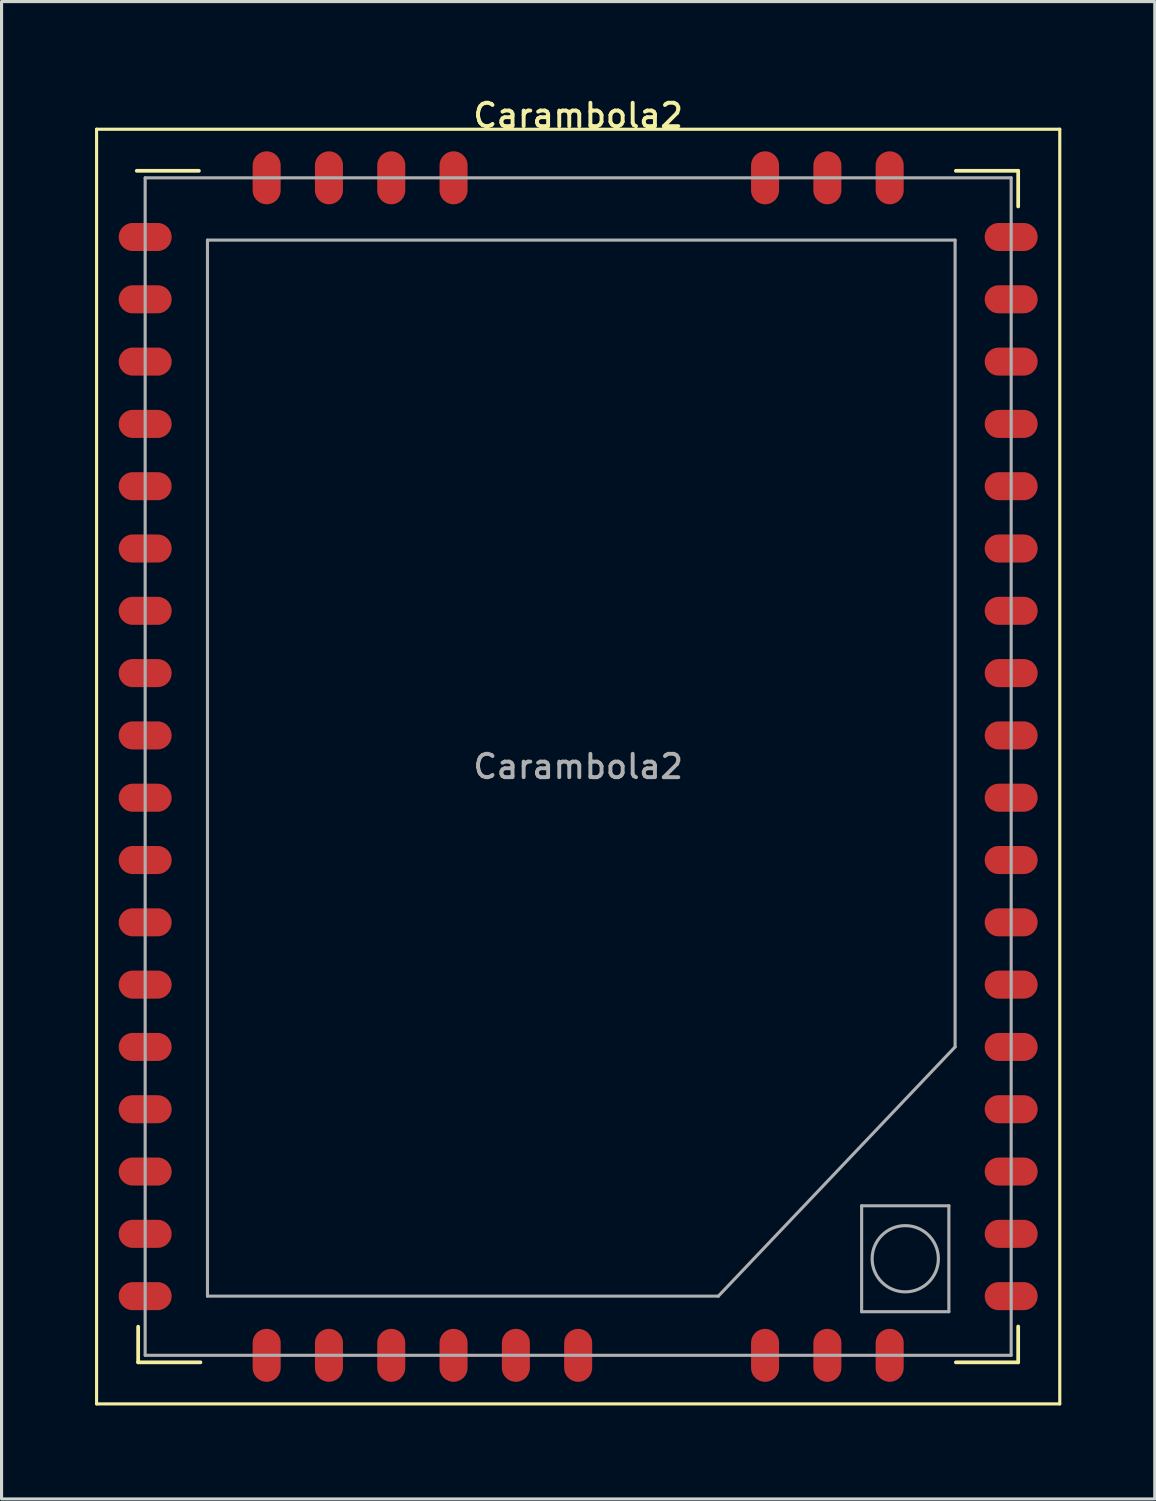
<source format=kicad_pcb>
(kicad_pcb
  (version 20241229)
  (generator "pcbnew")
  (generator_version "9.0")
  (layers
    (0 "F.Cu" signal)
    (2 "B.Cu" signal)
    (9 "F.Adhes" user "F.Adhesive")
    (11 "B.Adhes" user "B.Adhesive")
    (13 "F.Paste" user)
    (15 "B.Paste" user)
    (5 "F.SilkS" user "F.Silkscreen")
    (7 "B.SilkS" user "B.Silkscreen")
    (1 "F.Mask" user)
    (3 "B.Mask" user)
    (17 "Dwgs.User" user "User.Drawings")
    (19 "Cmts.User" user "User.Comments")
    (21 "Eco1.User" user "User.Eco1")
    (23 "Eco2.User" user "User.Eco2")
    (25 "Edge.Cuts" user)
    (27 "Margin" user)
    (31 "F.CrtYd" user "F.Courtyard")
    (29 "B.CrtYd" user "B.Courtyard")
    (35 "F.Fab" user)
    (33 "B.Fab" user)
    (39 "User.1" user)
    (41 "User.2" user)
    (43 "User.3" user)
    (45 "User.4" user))
  (footprint "Carambola2"
    (layer "F.Cu")
    (at 15.51 21.558)
    (property "Reference" "Carambola2" (at 0 -20.9 0) (layer "F.SilkS") (effects (font (size 0.75 0.75) (thickness 0.125))))
    (attr smd)
    (fp_line (start -15.46 -20.46) (end 15.46 -20.46) (stroke (width 0.1) (type solid)) (layer "F.SilkS"))
    (fp_line (start -15.46 20.46) (end -15.46 -20.46) (stroke (width 0.1) (type solid)) (layer "F.SilkS"))
    (fp_line (start -14.17 -19.125) (end -12.175 -19.125) (stroke (width 0.12) (type solid)) (layer "F.SilkS"))
    (fp_line (start -14.125 17.98) (end -14.125 19.125) (stroke (width 0.12) (type solid)) (layer "F.SilkS"))
    (fp_line (start -12.125 19.125) (end -14.125 19.125) (stroke (width 0.12) (type solid)) (layer "F.SilkS"))
    (fp_line (start 12.125 -19.125) (end 14.125 -19.125) (stroke (width 0.12) (type solid)) (layer "F.SilkS"))
    (fp_line (start 12.125 19.125) (end 14.125 19.125) (stroke (width 0.12) (type solid)) (layer "F.SilkS"))
    (fp_line (start 14.125 -17.98) (end 14.125 -19.125) (stroke (width 0.12) (type solid)) (layer "F.SilkS"))
    (fp_line (start 14.125 17.975) (end 14.125 19.125) (stroke (width 0.12) (type solid)) (layer "F.SilkS"))
    (fp_line (start 15.46 -20.46) (end 15.46 20.46) (stroke (width 0.1) (type solid)) (layer "F.SilkS"))
    (fp_line (start 15.46 20.46) (end -15.46 20.46) (stroke (width 0.1) (type solid)) (layer "F.SilkS"))
    (fp_line (start -13.9 -18.9) (end -13.9 18.9) (stroke (width 0.1) (type solid)) (layer "F.Fab"))
    (fp_line (start -13.9 18.9) (end 13.9 18.9) (stroke (width 0.1) (type solid)) (layer "F.Fab"))
    (fp_line (start -11.9 -16.9) (end -11.9 17) (stroke (width 0.1) (type solid)) (layer "F.Fab"))
    (fp_line (start -11.9 17) (end 4.5 17) (stroke (width 0.1) (type solid)) (layer "F.Fab"))
    (fp_line (start 4.5 17) (end 12.1 9) (stroke (width 0.1) (type solid)) (layer "F.Fab"))
    (fp_line (start 9.1 14.1) (end 11.9 14.1) (stroke (width 0.1) (type solid)) (layer "F.Fab"))
    (fp_line (start 9.1 17.5) (end 9.1 14.1) (stroke (width 0.1) (type solid)) (layer "F.Fab"))
    (fp_line (start 11.9 14.1) (end 11.9 17.5) (stroke (width 0.1) (type solid)) (layer "F.Fab"))
    (fp_line (start 11.9 17.5) (end 9.1 17.5) (stroke (width 0.1) (type solid)) (layer "F.Fab"))
    (fp_line (start 12.1 -16.9) (end -11.9 -16.9) (stroke (width 0.1) (type solid)) (layer "F.Fab"))
    (fp_line (start 12.1 9) (end 12.1 -16.9) (stroke (width 0.1) (type solid)) (layer "F.Fab"))
    (fp_line (start 13.9 -18.9) (end -13.9 -18.9) (stroke (width 0.1) (type solid)) (layer "F.Fab"))
    (fp_line (start 13.9 18.9) (end 13.9 -18.9) (stroke (width 0.1) (type solid)) (layer "F.Fab"))
    (fp_circle (center 10.5 15.8) (end 10.5 16.863) (stroke (width 0.1) (type solid)) (fill no) (layer "F.Fab"))
    (fp_text user "${REFERENCE}" (at 0 0 0) (layer "F.Fab") (effects (font (size 0.75 0.75) (thickness 0.125))))
    (pad "" smd custom (at -13.5 -17 180) (size 0.9 0.9) (layers "F.Paste") (options (anchor circle)) (primitives (gr_poly (pts (xy 1.27 0.45) (xy -0.01 0.45) (xy -0.01 -0.45) (xy 1.27 -0.45)) (width 0) (fill yes)) (gr_poly (pts (xy 1.63 0.63) (xy 0.76 0.63) (xy 0.76 -0.63) (xy 1.63 -0.63)) (width 0.2) (fill yes))))
    (pad "" smd custom (at -13.5 -15 180) (size 0.9 0.9) (layers "F.Paste") (options (anchor circle)) (primitives (gr_poly (pts (xy 1.27 0.45) (xy -0.01 0.45) (xy -0.01 -0.45) (xy 1.27 -0.45)) (width 0) (fill yes)) (gr_poly (pts (xy 1.63 0.63) (xy 0.76 0.63) (xy 0.76 -0.63) (xy 1.63 -0.63)) (width 0.2) (fill yes))))
    (pad "" smd custom (at -13.5 -13 180) (size 0.9 0.9) (layers "F.Paste") (options (anchor circle)) (primitives (gr_poly (pts (xy 1.27 0.45) (xy -0.01 0.45) (xy -0.01 -0.45) (xy 1.27 -0.45)) (width 0) (fill yes)) (gr_poly (pts (xy 1.63 0.63) (xy 0.76 0.63) (xy 0.76 -0.63) (xy 1.63 -0.63)) (width 0.2) (fill yes))))
    (pad "" smd custom (at -13.5 -9 180) (size 0.9 0.9) (layers "F.Paste") (options (anchor circle)) (primitives (gr_poly (pts (xy 1.27 0.45) (xy -0.01 0.45) (xy -0.01 -0.45) (xy 1.27 -0.45)) (width 0) (fill yes)) (gr_poly (pts (xy 1.63 0.63) (xy 0.76 0.63) (xy 0.76 -0.63) (xy 1.63 -0.63)) (width 0.2) (fill yes))))
    (pad "" smd custom (at -13.5 -7 180) (size 0.9 0.9) (layers "F.Paste") (options (anchor circle)) (primitives (gr_poly (pts (xy 1.27 0.45) (xy -0.01 0.45) (xy -0.01 -0.45) (xy 1.27 -0.45)) (width 0) (fill yes)) (gr_poly (pts (xy 1.63 0.63) (xy 0.76 0.63) (xy 0.76 -0.63) (xy 1.63 -0.63)) (width 0.2) (fill yes))))
    (pad "" smd custom (at -13.5 -5 180) (size 0.9 0.9) (layers "F.Paste") (options (anchor circle)) (primitives (gr_poly (pts (xy 1.27 0.45) (xy -0.01 0.45) (xy -0.01 -0.45) (xy 1.27 -0.45)) (width 0) (fill yes)) (gr_poly (pts (xy 1.63 0.63) (xy 0.76 0.63) (xy 0.76 -0.63) (xy 1.63 -0.63)) (width 0.2) (fill yes))))
    (pad "" smd custom (at -13.5 -3 180) (size 0.9 0.9) (layers "F.Paste") (options (anchor circle)) (primitives (gr_poly (pts (xy 1.27 0.45) (xy -0.01 0.45) (xy -0.01 -0.45) (xy 1.27 -0.45)) (width 0) (fill yes)) (gr_poly (pts (xy 1.63 0.63) (xy 0.76 0.63) (xy 0.76 -0.63) (xy 1.63 -0.63)) (width 0.2) (fill yes))))
    (pad "" smd custom (at -13.5 -1 180) (size 0.9 0.9) (layers "F.Paste") (options (anchor circle)) (primitives (gr_poly (pts (xy 1.27 0.45) (xy -0.01 0.45) (xy -0.01 -0.45) (xy 1.27 -0.45)) (width 0) (fill yes)) (gr_poly (pts (xy 1.63 0.63) (xy 0.76 0.63) (xy 0.76 -0.63) (xy 1.63 -0.63)) (width 0.2) (fill yes))))
    (pad "" smd custom (at -13.5 1 180) (size 0.9 0.9) (layers "F.Paste") (options (anchor circle)) (primitives (gr_poly (pts (xy 1.27 0.45) (xy -0.01 0.45) (xy -0.01 -0.45) (xy 1.27 -0.45)) (width 0) (fill yes)) (gr_poly (pts (xy 1.63 0.63) (xy 0.76 0.63) (xy 0.76 -0.63) (xy 1.63 -0.63)) (width 0.2) (fill yes))))
    (pad "" smd custom (at -13.5 3 180) (size 0.9 0.9) (layers "F.Paste") (options (anchor circle)) (primitives (gr_poly (pts (xy 1.27 0.45) (xy -0.01 0.45) (xy -0.01 -0.45) (xy 1.27 -0.45)) (width 0) (fill yes)) (gr_poly (pts (xy 1.63 0.63) (xy 0.76 0.63) (xy 0.76 -0.63) (xy 1.63 -0.63)) (width 0.2) (fill yes))))
    (pad "" smd custom (at -13.5 5 180) (size 0.9 0.9) (layers "F.Paste") (options (anchor circle)) (primitives (gr_poly (pts (xy 1.27 0.45) (xy -0.01 0.45) (xy -0.01 -0.45) (xy 1.27 -0.45)) (width 0) (fill yes)) (gr_poly (pts (xy 1.63 0.63) (xy 0.76 0.63) (xy 0.76 -0.63) (xy 1.63 -0.63)) (width 0.2) (fill yes))))
    (pad "" smd custom (at -13.5 7 180) (size 0.9 0.9) (layers "F.Paste") (options (anchor circle)) (primitives (gr_poly (pts (xy 1.27 0.45) (xy -0.01 0.45) (xy -0.01 -0.45) (xy 1.27 -0.45)) (width 0) (fill yes)) (gr_poly (pts (xy 1.63 0.63) (xy 0.76 0.63) (xy 0.76 -0.63) (xy 1.63 -0.63)) (width 0.2) (fill yes))))
    (pad "" smd custom (at -13.5 9 180) (size 0.9 0.9) (layers "F.Paste") (options (anchor circle)) (primitives (gr_poly (pts (xy 1.27 0.45) (xy -0.01 0.45) (xy -0.01 -0.45) (xy 1.27 -0.45)) (width 0) (fill yes)) (gr_poly (pts (xy 1.63 0.63) (xy 0.76 0.63) (xy 0.76 -0.63) (xy 1.63 -0.63)) (width 0.2) (fill yes))))
    (pad "" smd custom (at -13.5 11 180) (size 0.9 0.9) (layers "F.Paste") (options (anchor circle)) (primitives (gr_poly (pts (xy 1.27 0.45) (xy -0.01 0.45) (xy -0.01 -0.45) (xy 1.27 -0.45)) (width 0) (fill yes)) (gr_poly (pts (xy 1.63 0.63) (xy 0.76 0.63) (xy 0.76 -0.63) (xy 1.63 -0.63)) (width 0.2) (fill yes))))
    (pad "" smd custom (at -13.5 15 180) (size 0.9 0.9) (layers "F.Paste") (options (anchor circle)) (primitives (gr_poly (pts (xy 1.27 0.45) (xy -0.01 0.45) (xy -0.01 -0.45) (xy 1.27 -0.45)) (width 0) (fill yes)) (gr_poly (pts (xy 1.63 0.63) (xy 0.76 0.63) (xy 0.76 -0.63) (xy 1.63 -0.63)) (width 0.2) (fill yes))))
    (pad "" smd custom (at -13.5 17 180) (size 0.9 0.9) (layers "F.Paste") (options (anchor circle)) (primitives (gr_poly (pts (xy 1.27 0.45) (xy -0.01 0.45) (xy -0.01 -0.45) (xy 1.27 -0.45)) (width 0) (fill yes)) (gr_poly (pts (xy 1.63 0.63) (xy 0.76 0.63) (xy 0.76 -0.63) (xy 1.63 -0.63)) (width 0.2) (fill yes))))
    (pad "" smd custom (at -13.45 -11 180) (size 0.9 0.9) (layers "F.Paste") (options (anchor circle)) (primitives (gr_poly (pts (xy 1.27 0.45) (xy -0.01 0.45) (xy -0.01 -0.45) (xy 1.27 -0.45)) (width 0) (fill yes)) (gr_poly (pts (xy 1.63 0.63) (xy 0.76 0.63) (xy 0.76 -0.63) (xy 1.63 -0.63)) (width 0.2) (fill yes))))
    (pad "" smd custom (at -13.45 13 180) (size 0.9 0.9) (layers "F.Paste") (options (anchor circle)) (primitives (gr_poly (pts (xy 1.27 0.45) (xy -0.01 0.45) (xy -0.01 -0.45) (xy 1.27 -0.45)) (width 0) (fill yes)) (gr_poly (pts (xy 1.63 0.63) (xy 0.76 0.63) (xy 0.76 -0.63) (xy 1.63 -0.63)) (width 0.2) (fill yes))))
    (pad "" smd custom (at -10 -18.5 90) (size 0.9 0.9) (layers "F.Paste") (options (anchor circle)) (primitives (gr_poly (pts (xy 1.27 0.45) (xy -0.01 0.45) (xy -0.01 -0.45) (xy 1.27 -0.45)) (width 0) (fill yes)) (gr_poly (pts (xy 1.63 0.63) (xy 0.76 0.63) (xy 0.76 -0.63) (xy 1.63 -0.63)) (width 0.2) (fill yes))))
    (pad "" smd custom (at -10 18.5 270) (size 0.9 0.9) (layers "F.Paste") (options (anchor circle)) (primitives (gr_poly (pts (xy 1.27 0.45) (xy -0.01 0.45) (xy -0.01 -0.45) (xy 1.27 -0.45)) (width 0) (fill yes)) (gr_poly (pts (xy 1.63 0.63) (xy 0.76 0.63) (xy 0.76 -0.63) (xy 1.63 -0.63)) (width 0.2) (fill yes))))
    (pad "" smd custom (at -8 -18.5 90) (size 0.9 0.9) (layers "F.Paste") (options (anchor circle)) (primitives (gr_poly (pts (xy 1.27 0.45) (xy -0.01 0.45) (xy -0.01 -0.45) (xy 1.27 -0.45)) (width 0) (fill yes)) (gr_poly (pts (xy 1.63 0.63) (xy 0.76 0.63) (xy 0.76 -0.63) (xy 1.63 -0.63)) (width 0.2) (fill yes))))
    (pad "" smd custom (at -8 18.5 270) (size 0.9 0.9) (layers "F.Paste") (options (anchor circle)) (primitives (gr_poly (pts (xy 1.27 0.45) (xy -0.01 0.45) (xy -0.01 -0.45) (xy 1.27 -0.45)) (width 0) (fill yes)) (gr_poly (pts (xy 1.63 0.63) (xy 0.76 0.63) (xy 0.76 -0.63) (xy 1.63 -0.63)) (width 0.2) (fill yes))))
    (pad "" smd custom (at -6 -18.5 90) (size 0.9 0.9) (layers "F.Paste") (options (anchor circle)) (primitives (gr_poly (pts (xy 1.27 0.45) (xy -0.01 0.45) (xy -0.01 -0.45) (xy 1.27 -0.45)) (width 0) (fill yes)) (gr_poly (pts (xy 1.63 0.63) (xy 0.76 0.63) (xy 0.76 -0.63) (xy 1.63 -0.63)) (width 0.2) (fill yes))))
    (pad "" smd custom (at -6 18.5 270) (size 0.9 0.9) (layers "F.Paste") (options (anchor circle)) (primitives (gr_poly (pts (xy 1.27 0.45) (xy -0.01 0.45) (xy -0.01 -0.45) (xy 1.27 -0.45)) (width 0) (fill yes)) (gr_poly (pts (xy 1.63 0.63) (xy 0.76 0.63) (xy 0.76 -0.63) (xy 1.63 -0.63)) (width 0.2) (fill yes))))
    (pad "" smd custom (at -4 -18.5 90) (size 0.9 0.9) (layers "F.Paste") (options (anchor circle)) (primitives (gr_poly (pts (xy 1.27 0.45) (xy -0.01 0.45) (xy -0.01 -0.45) (xy 1.27 -0.45)) (width 0) (fill yes)) (gr_poly (pts (xy 1.63 0.63) (xy 0.76 0.63) (xy 0.76 -0.63) (xy 1.63 -0.63)) (width 0.2) (fill yes))))
    (pad "" smd custom (at -4 18.5 270) (size 0.9 0.9) (layers "F.Paste") (options (anchor circle)) (primitives (gr_poly (pts (xy 1.27 0.45) (xy -0.01 0.45) (xy -0.01 -0.45) (xy 1.27 -0.45)) (width 0) (fill yes)) (gr_poly (pts (xy 1.63 0.63) (xy 0.76 0.63) (xy 0.76 -0.63) (xy 1.63 -0.63)) (width 0.2) (fill yes))))
    (pad "" smd custom (at -2 18.5 270) (size 0.9 0.9) (layers "F.Paste") (options (anchor circle)) (primitives (gr_poly (pts (xy 1.27 0.45) (xy -0.01 0.45) (xy -0.01 -0.45) (xy 1.27 -0.45)) (width 0) (fill yes)) (gr_poly (pts (xy 1.63 0.63) (xy 0.76 0.63) (xy 0.76 -0.63) (xy 1.63 -0.63)) (width 0.2) (fill yes))))
    (pad "" smd custom (at 0 18.5 270) (size 0.9 0.9) (layers "F.Paste") (options (anchor circle)) (primitives (gr_poly (pts (xy 1.27 0.45) (xy -0.01 0.45) (xy -0.01 -0.45) (xy 1.27 -0.45)) (width 0) (fill yes)) (gr_poly (pts (xy 1.63 0.63) (xy 0.76 0.63) (xy 0.76 -0.63) (xy 1.63 -0.63)) (width 0.2) (fill yes))))
    (pad "" smd custom (at 6 -18.5 90) (size 0.9 0.9) (layers "F.Paste") (options (anchor circle)) (primitives (gr_poly (pts (xy 1.27 0.45) (xy -0.01 0.45) (xy -0.01 -0.45) (xy 1.27 -0.45)) (width 0) (fill yes)) (gr_poly (pts (xy 1.63 0.63) (xy 0.76 0.63) (xy 0.76 -0.63) (xy 1.63 -0.63)) (width 0.2) (fill yes))))
    (pad "" smd custom (at 6 18.5 270) (size 0.9 0.9) (layers "F.Paste") (options (anchor circle)) (primitives (gr_poly (pts (xy 1.27 0.45) (xy -0.01 0.45) (xy -0.01 -0.45) (xy 1.27 -0.45)) (width 0) (fill yes)) (gr_poly (pts (xy 1.63 0.63) (xy 0.76 0.63) (xy 0.76 -0.63) (xy 1.63 -0.63)) (width 0.2) (fill yes))))
    (pad "" smd custom (at 8 -18.5 90) (size 0.9 0.9) (layers "F.Paste") (options (anchor circle)) (primitives (gr_poly (pts (xy 1.27 0.45) (xy -0.01 0.45) (xy -0.01 -0.45) (xy 1.27 -0.45)) (width 0) (fill yes)) (gr_poly (pts (xy 1.63 0.63) (xy 0.76 0.63) (xy 0.76 -0.63) (xy 1.63 -0.63)) (width 0.2) (fill yes))))
    (pad "" smd custom (at 8 18.5 270) (size 0.9 0.9) (layers "F.Paste") (options (anchor circle)) (primitives (gr_poly (pts (xy 1.25 0.57) (xy 0.1 0.57) (xy 0.1 -0.58) (xy 1.25 -0.58)) (width 0.2) (fill yes))))
    (pad "" smd custom (at 10 -18.5 90) (size 0.9 0.9) (layers "F.Paste") (options (anchor circle)) (primitives (gr_poly (pts (xy 1.27 0.45) (xy -0.01 0.45) (xy -0.01 -0.45) (xy 1.27 -0.45)) (width 0) (fill yes)) (gr_poly (pts (xy 1.63 0.63) (xy 0.76 0.63) (xy 0.76 -0.63) (xy 1.63 -0.63)) (width 0.2) (fill yes))))
    (pad "" smd custom (at 10 18.5 270) (size 0.9 0.9) (layers "F.Paste") (options (anchor circle)) (primitives (gr_poly (pts (xy 1.27 0.45) (xy -0.01 0.45) (xy -0.01 -0.45) (xy 1.27 -0.45)) (width 0) (fill yes)) (gr_poly (pts (xy 1.63 0.63) (xy 0.76 0.63) (xy 0.76 -0.63) (xy 1.63 -0.63)) (width 0.2) (fill yes))))
    (pad "" smd custom (at 13.5 -17) (size 0.9 0.9) (layers "F.Paste") (options (anchor circle)) (primitives (gr_poly (pts (xy 1.27 0.45) (xy -0.01 0.45) (xy -0.01 -0.45) (xy 1.27 -0.45)) (width 0) (fill yes)) (gr_poly (pts (xy 1.63 0.63) (xy 0.76 0.63) (xy 0.76 -0.63) (xy 1.63 -0.63)) (width 0.2) (fill yes))))
    (pad "" smd custom (at 13.5 -15) (size 0.9 0.9) (layers "F.Paste") (options (anchor circle)) (primitives (gr_poly (pts (xy 1.27 0.45) (xy -0.01 0.45) (xy -0.01 -0.45) (xy 1.27 -0.45)) (width 0) (fill yes)) (gr_poly (pts (xy 1.63 0.63) (xy 0.76 0.63) (xy 0.76 -0.63) (xy 1.63 -0.63)) (width 0.2) (fill yes))))
    (pad "" smd custom (at 13.5 -13) (size 0.9 0.9) (layers "F.Paste") (options (anchor circle)) (primitives (gr_poly (pts (xy 1.27 0.45) (xy -0.01 0.45) (xy -0.01 -0.45) (xy 1.27 -0.45)) (width 0) (fill yes)) (gr_poly (pts (xy 1.63 0.63) (xy 0.76 0.63) (xy 0.76 -0.63) (xy 1.63 -0.63)) (width 0.2) (fill yes))))
    (pad "" smd custom (at 13.5 -11) (size 0.9 0.9) (layers "F.Paste") (options (anchor circle)) (primitives (gr_poly (pts (xy 1.27 0.45) (xy -0.01 0.45) (xy -0.01 -0.45) (xy 1.27 -0.45)) (width 0) (fill yes)) (gr_poly (pts (xy 1.63 0.63) (xy 0.76 0.63) (xy 0.76 -0.63) (xy 1.63 -0.63)) (width 0.2) (fill yes))))
    (pad "" smd custom (at 13.5 -9) (size 0.9 0.9) (layers "F.Paste") (options (anchor circle)) (primitives (gr_poly (pts (xy 1.27 0.45) (xy -0.01 0.45) (xy -0.01 -0.45) (xy 1.27 -0.45)) (width 0) (fill yes)) (gr_poly (pts (xy 1.63 0.63) (xy 0.76 0.63) (xy 0.76 -0.63) (xy 1.63 -0.63)) (width 0.2) (fill yes))))
    (pad "" smd custom (at 13.5 -7) (size 0.9 0.9) (layers "F.Paste") (options (anchor circle)) (primitives (gr_poly (pts (xy 1.27 0.45) (xy -0.01 0.45) (xy -0.01 -0.45) (xy 1.27 -0.45)) (width 0) (fill yes)) (gr_poly (pts (xy 1.63 0.63) (xy 0.76 0.63) (xy 0.76 -0.63) (xy 1.63 -0.63)) (width 0.2) (fill yes))))
    (pad "" smd custom (at 13.5 -5) (size 0.9 0.9) (layers "F.Paste") (options (anchor circle)) (primitives (gr_poly (pts (xy 1.27 0.45) (xy -0.01 0.45) (xy -0.01 -0.45) (xy 1.27 -0.45)) (width 0) (fill yes)) (gr_poly (pts (xy 1.63 0.63) (xy 0.76 0.63) (xy 0.76 -0.63) (xy 1.63 -0.63)) (width 0.2) (fill yes))))
    (pad "" smd custom (at 13.5 -3) (size 0.9 0.9) (layers "F.Paste") (options (anchor circle)) (primitives (gr_poly (pts (xy 1.27 0.45) (xy -0.01 0.45) (xy -0.01 -0.45) (xy 1.27 -0.45)) (width 0) (fill yes)) (gr_poly (pts (xy 1.63 0.63) (xy 0.76 0.63) (xy 0.76 -0.63) (xy 1.63 -0.63)) (width 0.2) (fill yes))))
    (pad "" smd custom (at 13.5 -1) (size 0.9 0.9) (layers "F.Paste") (options (anchor circle)) (primitives (gr_poly (pts (xy 1.27 0.45) (xy -0.01 0.45) (xy -0.01 -0.45) (xy 1.27 -0.45)) (width 0) (fill yes)) (gr_poly (pts (xy 1.63 0.63) (xy 0.76 0.63) (xy 0.76 -0.63) (xy 1.63 -0.63)) (width 0.2) (fill yes))))
    (pad "" smd custom (at 13.5 1) (size 0.9 0.9) (layers "F.Paste") (options (anchor circle)) (primitives (gr_poly (pts (xy 1.27 0.45) (xy -0.01 0.45) (xy -0.01 -0.45) (xy 1.27 -0.45)) (width 0) (fill yes)) (gr_poly (pts (xy 1.63 0.63) (xy 0.76 0.63) (xy 0.76 -0.63) (xy 1.63 -0.63)) (width 0.2) (fill yes))))
    (pad "" smd custom (at 13.5 3) (size 0.9 0.9) (layers "F.Paste") (options (anchor circle)) (primitives (gr_poly (pts (xy 1.27 0.45) (xy -0.01 0.45) (xy -0.01 -0.45) (xy 1.27 -0.45)) (width 0) (fill yes)) (gr_poly (pts (xy 1.63 0.63) (xy 0.76 0.63) (xy 0.76 -0.63) (xy 1.63 -0.63)) (width 0.2) (fill yes))))
    (pad "" smd custom (at 13.5 5) (size 0.9 0.9) (layers "F.Paste") (options (anchor circle)) (primitives (gr_poly (pts (xy 1.27 0.45) (xy -0.01 0.45) (xy -0.01 -0.45) (xy 1.27 -0.45)) (width 0) (fill yes)) (gr_poly (pts (xy 1.63 0.63) (xy 0.76 0.63) (xy 0.76 -0.63) (xy 1.63 -0.63)) (width 0.2) (fill yes))))
    (pad "" smd custom (at 13.5 7) (size 0.9 0.9) (layers "F.Paste") (options (anchor circle)) (primitives (gr_poly (pts (xy 1.27 0.45) (xy -0.01 0.45) (xy -0.01 -0.45) (xy 1.27 -0.45)) (width 0) (fill yes)) (gr_poly (pts (xy 1.63 0.63) (xy 0.76 0.63) (xy 0.76 -0.63) (xy 1.63 -0.63)) (width 0.2) (fill yes))))
    (pad "" smd custom (at 13.5 9) (size 0.9 0.9) (layers "F.Paste") (options (anchor circle)) (primitives (gr_poly (pts (xy 1.27 0.45) (xy -0.01 0.45) (xy -0.01 -0.45) (xy 1.27 -0.45)) (width 0) (fill yes)) (gr_poly (pts (xy 1.63 0.63) (xy 0.76 0.63) (xy 0.76 -0.63) (xy 1.63 -0.63)) (width 0.2) (fill yes))))
    (pad "" smd custom (at 13.5 11) (size 0.9 0.9) (layers "F.Paste") (options (anchor circle)) (primitives (gr_poly (pts (xy 1.27 0.45) (xy -0.01 0.45) (xy -0.01 -0.45) (xy 1.27 -0.45)) (width 0) (fill yes)) (gr_poly (pts (xy 1.63 0.63) (xy 0.76 0.63) (xy 0.76 -0.63) (xy 1.63 -0.63)) (width 0.2) (fill yes))))
    (pad "" smd custom (at 13.5 13) (size 0.9 0.9) (layers "F.Paste") (options (anchor circle)) (primitives (gr_poly (pts (xy 1.27 0.45) (xy -0.01 0.45) (xy -0.01 -0.45) (xy 1.27 -0.45)) (width 0) (fill yes)) (gr_poly (pts (xy 1.63 0.63) (xy 0.76 0.63) (xy 0.76 -0.63) (xy 1.63 -0.63)) (width 0.2) (fill yes))))
    (pad "" smd custom (at 13.5 15) (size 0.9 0.9) (layers "F.Paste") (options (anchor circle)) (primitives (gr_poly (pts (xy 1.27 0.45) (xy -0.01 0.45) (xy -0.01 -0.45) (xy 1.27 -0.45)) (width 0) (fill yes)) (gr_poly (pts (xy 1.63 0.63) (xy 0.76 0.63) (xy 0.76 -0.63) (xy 1.63 -0.63)) (width 0.2) (fill yes))))
    (pad "" smd custom (at 13.5 17) (size 0.9 0.9) (layers "F.Paste") (options (anchor circle)) (primitives (gr_poly (pts (xy 1.27 0.45) (xy -0.01 0.45) (xy -0.01 -0.45) (xy 1.27 -0.45)) (width 0) (fill yes)) (gr_poly (pts (xy 1.63 0.63) (xy 0.76 0.63) (xy 0.76 -0.63) (xy 1.63 -0.63)) (width 0.2) (fill yes))))
    (pad "1" smd oval (at -13.9 -17 90) (size 0.9 1.7) (layers "F.Cu" "F.Mask"))
    (pad "2" smd oval (at -13.9 -15 90) (size 0.9 1.7) (layers "F.Cu" "F.Mask"))
    (pad "3" smd oval (at -13.9 -13 90) (size 0.9 1.7) (layers "F.Cu" "F.Mask"))
    (pad "4" smd oval (at -13.9 -11 90) (size 0.9 1.7) (layers "F.Cu" "F.Mask"))
    (pad "5" smd oval (at -13.9 -9 90) (size 0.9 1.7) (layers "F.Cu" "F.Mask"))
    (pad "6" smd oval (at -13.9 -7 90) (size 0.9 1.7) (layers "F.Cu" "F.Mask"))
    (pad "7" smd oval (at -13.9 -5 90) (size 0.9 1.7) (layers "F.Cu" "F.Mask"))
    (pad "8" smd oval (at -13.9 -3 90) (size 0.9 1.7) (layers "F.Cu" "F.Mask"))
    (pad "9" smd oval (at -13.9 -1 90) (size 0.9 1.7) (layers "F.Cu" "F.Mask"))
    (pad "10" smd oval (at -13.9 1 90) (size 0.9 1.7) (layers "F.Cu" "F.Mask"))
    (pad "11" smd oval (at -13.9 3 90) (size 0.9 1.7) (layers "F.Cu" "F.Mask"))
    (pad "12" smd oval (at -13.9 5 90) (size 0.9 1.7) (layers "F.Cu" "F.Mask"))
    (pad "13" smd oval (at -13.9 7 90) (size 0.9 1.7) (layers "F.Cu" "F.Mask"))
    (pad "14" smd oval (at -13.9 9 270) (size 0.9 1.7) (layers "F.Cu" "F.Mask"))
    (pad "15" smd oval (at -13.9 11 270) (size 0.9 1.7) (layers "F.Cu" "F.Mask"))
    (pad "16" smd oval (at -13.9 13 270) (size 0.9 1.7) (layers "F.Cu" "F.Mask"))
    (pad "17" smd oval (at -13.9 15 270) (size 0.9 1.7) (layers "F.Cu" "F.Mask"))
    (pad "18" smd oval (at -13.9 17 270) (size 0.9 1.7) (layers "F.Cu" "F.Mask"))
    (pad "19" smd oval (at -10 18.9) (size 0.9 1.7) (layers "F.Cu" "F.Mask"))
    (pad "20" smd oval (at -8 18.9) (size 0.9 1.7) (layers "F.Cu" "F.Mask"))
    (pad "21" smd oval (at -6 18.9) (size 0.9 1.7) (layers "F.Cu" "F.Mask"))
    (pad "22" smd oval (at -4 18.9) (size 0.9 1.7) (layers "F.Cu" "F.Mask"))
    (pad "23" smd oval (at -2 18.9) (size 0.9 1.7) (layers "F.Cu" "F.Mask"))
    (pad "24" smd oval (at 0 18.9) (size 0.9 1.7) (layers "F.Cu" "F.Mask"))
    (pad "25" smd oval (at 6 18.9) (size 0.9 1.7) (layers "F.Cu" "F.Mask"))
    (pad "26" smd oval (at 8 18.9) (size 0.9 1.7) (layers "F.Cu" "F.Mask"))
    (pad "27" smd oval (at 10 18.9) (size 0.9 1.7) (layers "F.Cu" "F.Mask"))
    (pad "28" smd oval (at 13.9 17 90) (size 0.9 1.7) (layers "F.Cu" "F.Mask"))
    (pad "29" smd oval (at 13.9 15 90) (size 0.9 1.7) (layers "F.Cu" "F.Mask"))
    (pad "30" smd oval (at 13.9 13 90) (size 0.9 1.7) (layers "F.Cu" "F.Mask"))
    (pad "31" smd oval (at 13.9 11 90) (size 0.9 1.7) (layers "F.Cu" "F.Mask"))
    (pad "32" smd oval (at 13.9 9 90) (size 0.9 1.7) (layers "F.Cu" "F.Mask"))
    (pad "33" smd oval (at 13.9 7 90) (size 0.9 1.7) (layers "F.Cu" "F.Mask"))
    (pad "34" smd oval (at 13.9 5 90) (size 0.9 1.7) (layers "F.Cu" "F.Mask"))
    (pad "35" smd oval (at 13.9 3 90) (size 0.9 1.7) (layers "F.Cu" "F.Mask"))
    (pad "36" smd oval (at 13.9 1 90) (size 0.9 1.7) (layers "F.Cu" "F.Mask"))
    (pad "37" smd oval (at 13.9 -1 90) (size 0.9 1.7) (layers "F.Cu" "F.Mask"))
    (pad "38" smd oval (at 13.9 -3 90) (size 0.9 1.7) (layers "F.Cu" "F.Mask"))
    (pad "39" smd oval (at 13.9 -5 90) (size 0.9 1.7) (layers "F.Cu" "F.Mask"))
    (pad "40" smd oval (at 13.9 -7 270) (size 0.9 1.7) (layers "F.Cu" "F.Mask"))
    (pad "41" smd oval (at 13.9 -9 270) (size 0.9 1.7) (layers "F.Cu" "F.Mask"))
    (pad "42" smd oval (at 13.9 -11 270) (size 0.9 1.7) (layers "F.Cu" "F.Mask"))
    (pad "43" smd oval (at 13.9 -13 270) (size 0.9 1.7) (layers "F.Cu" "F.Mask"))
    (pad "44" smd oval (at 13.9 -15 270) (size 0.9 1.7) (layers "F.Cu" "F.Mask"))
    (pad "45" smd oval (at 13.9 -17 270) (size 0.9 1.7) (layers "F.Cu" "F.Mask"))
    (pad "46" smd oval (at 10 -18.9) (size 0.9 1.7) (layers "F.Cu" "F.Mask"))
    (pad "47" smd oval (at 8 -18.9) (size 0.9 1.7) (layers "F.Cu" "F.Mask"))
    (pad "48" smd oval (at 6 -18.9) (size 0.9 1.7) (layers "F.Cu" "F.Mask"))
    (pad "49" smd oval (at -4 -18.9) (size 0.9 1.7) (layers "F.Cu" "F.Mask"))
    (pad "50" smd oval (at -6 -18.9) (size 0.9 1.7) (layers "F.Cu" "F.Mask"))
    (pad "51" smd oval (at -8 -18.9) (size 0.9 1.7) (layers "F.Cu" "F.Mask"))
    (pad "52" smd oval (at -10 -18.9) (size 0.9 1.7) (layers "F.Cu" "F.Mask")))
  (gr_rect
    (start -3 -3)
    (end 34.02 45.068)
    (stroke (width 0.1) (type default))
    (fill no)
    (layer "Edge.Cuts")))
</source>
